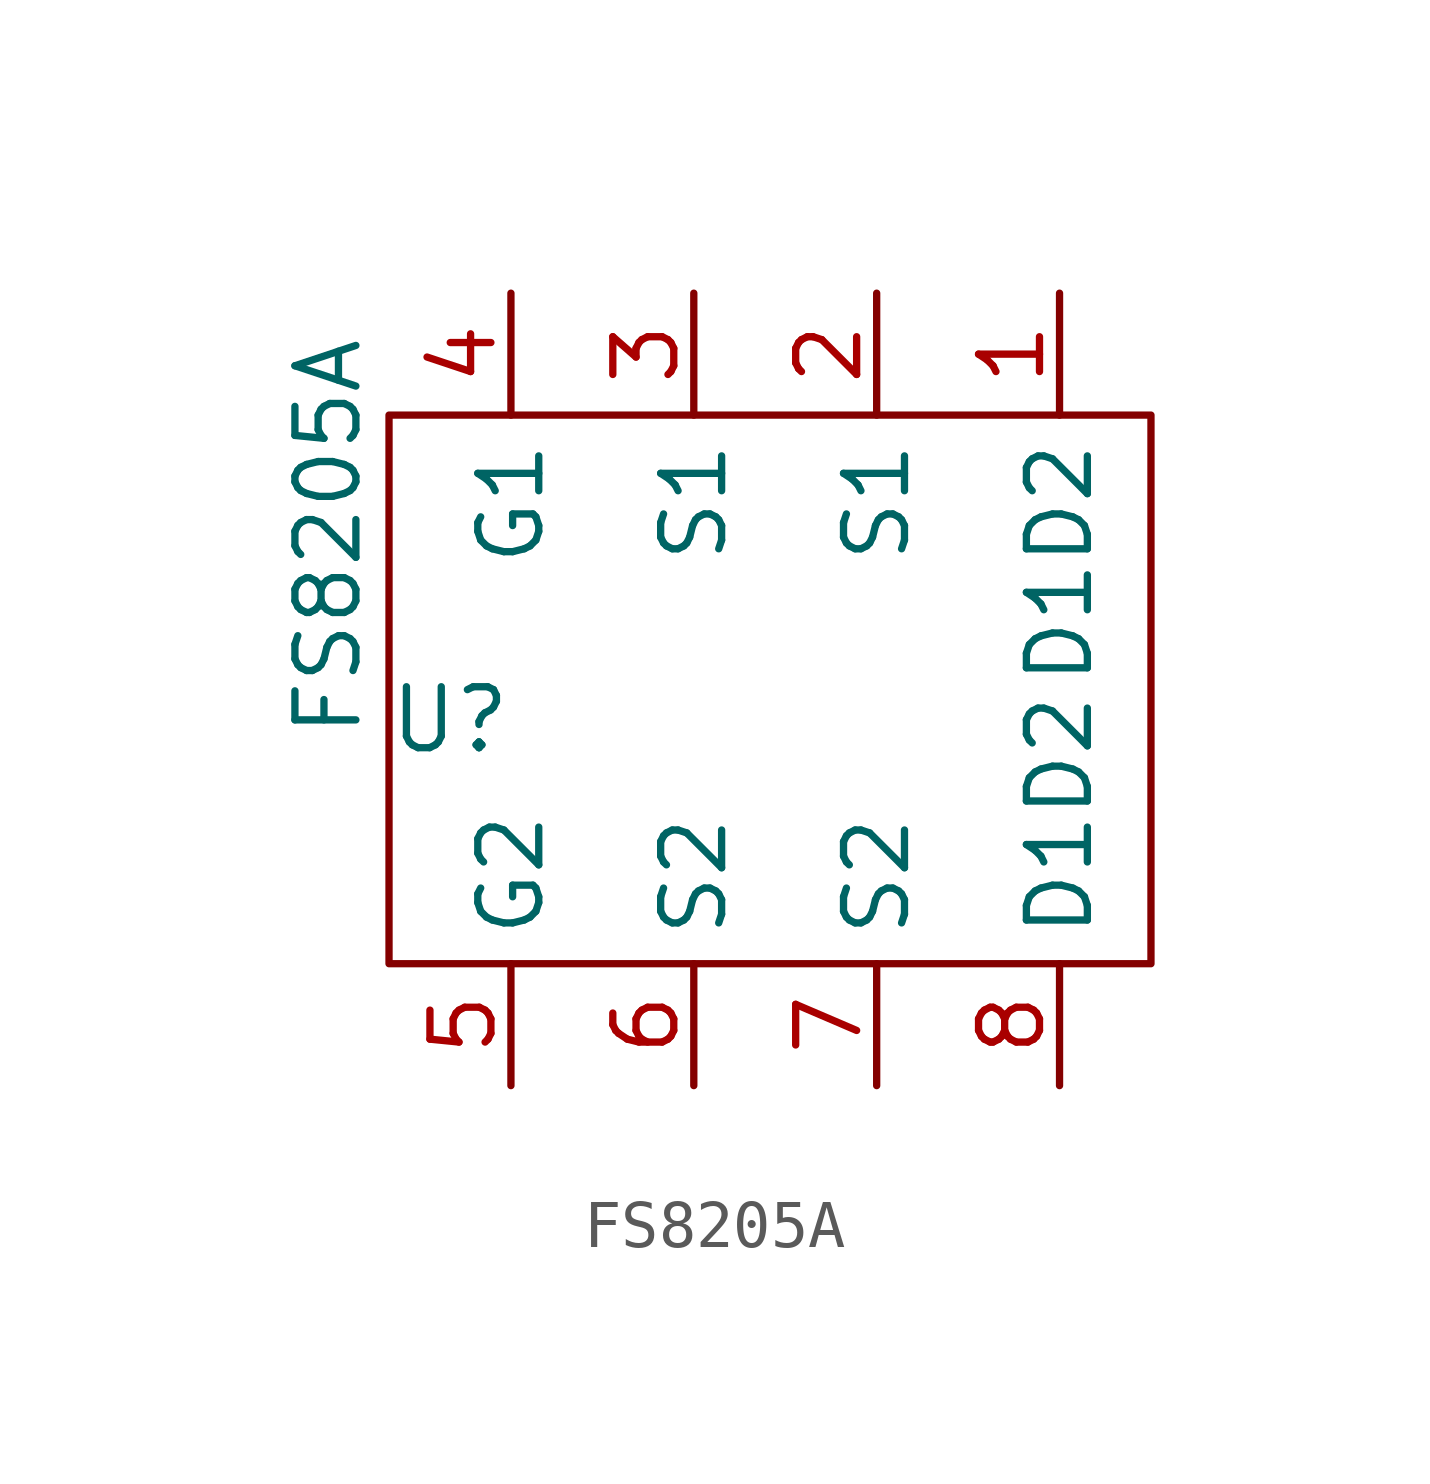
<source format=kicad_sym>
(kicad_symbol_lib
  (version 20220914)
  (generator kicad_symbol_editor)
  (symbol "FS8205A"
    (property "Reference" "U"
      (at 1.27 5.08 0)
      (effects (font (size 1.27 1.27))))
    (property "Value" "FS8205A"
      (at -1.27 8.89 90)
      (effects (font (size 1.27 1.27))))
    (symbol "FS8205A_0_1"
      (rectangle (start 0 11.43) (end 15.875 0) (stroke (width 0) (type default)) (fill (type none))))
    (symbol "FS8205A_1_1"
      (pin input line (at 13.97 13.97 270) (length 2.54) (name "D1D2" (effects (font (size 1.27 1.27)))) (number "1" (effects (font (size 1.27 1.27)))))
      (pin input line (at 10.16 13.97 270) (length 2.54) (name "S1" (effects (font (size 1.27 1.27)))) (number "2" (effects (font (size 1.27 1.27)))))
      (pin input line (at 6.35 13.97 270) (length 2.54) (name "S1" (effects (font (size 1.27 1.27)))) (number "3" (effects (font (size 1.27 1.27)))))
      (pin input line (at 2.54 13.97 270) (length 2.54) (name "G1" (effects (font (size 1.27 1.27)))) (number "4" (effects (font (size 1.27 1.27)))))
      (pin input line (at 2.54 -2.54 90) (length 2.54) (name "G2" (effects (font (size 1.27 1.27)))) (number "5" (effects (font (size 1.27 1.27)))))
      (pin input line (at 6.35 -2.54 90) (length 2.54) (name "S2" (effects (font (size 1.27 1.27)))) (number "6" (effects (font (size 1.27 1.27)))))
      (pin input line (at 10.16 -2.54 90) (length 2.54) (name "S2" (effects (font (size 1.27 1.27)))) (number "7" (effects (font (size 1.27 1.27)))))
      (pin input line (at 13.97 -2.54 90) (length 2.54) (name "D1D2" (effects (font (size 1.27 1.27)))) (number "8" (effects (font (size 1.27 1.27))))))))
</source>
